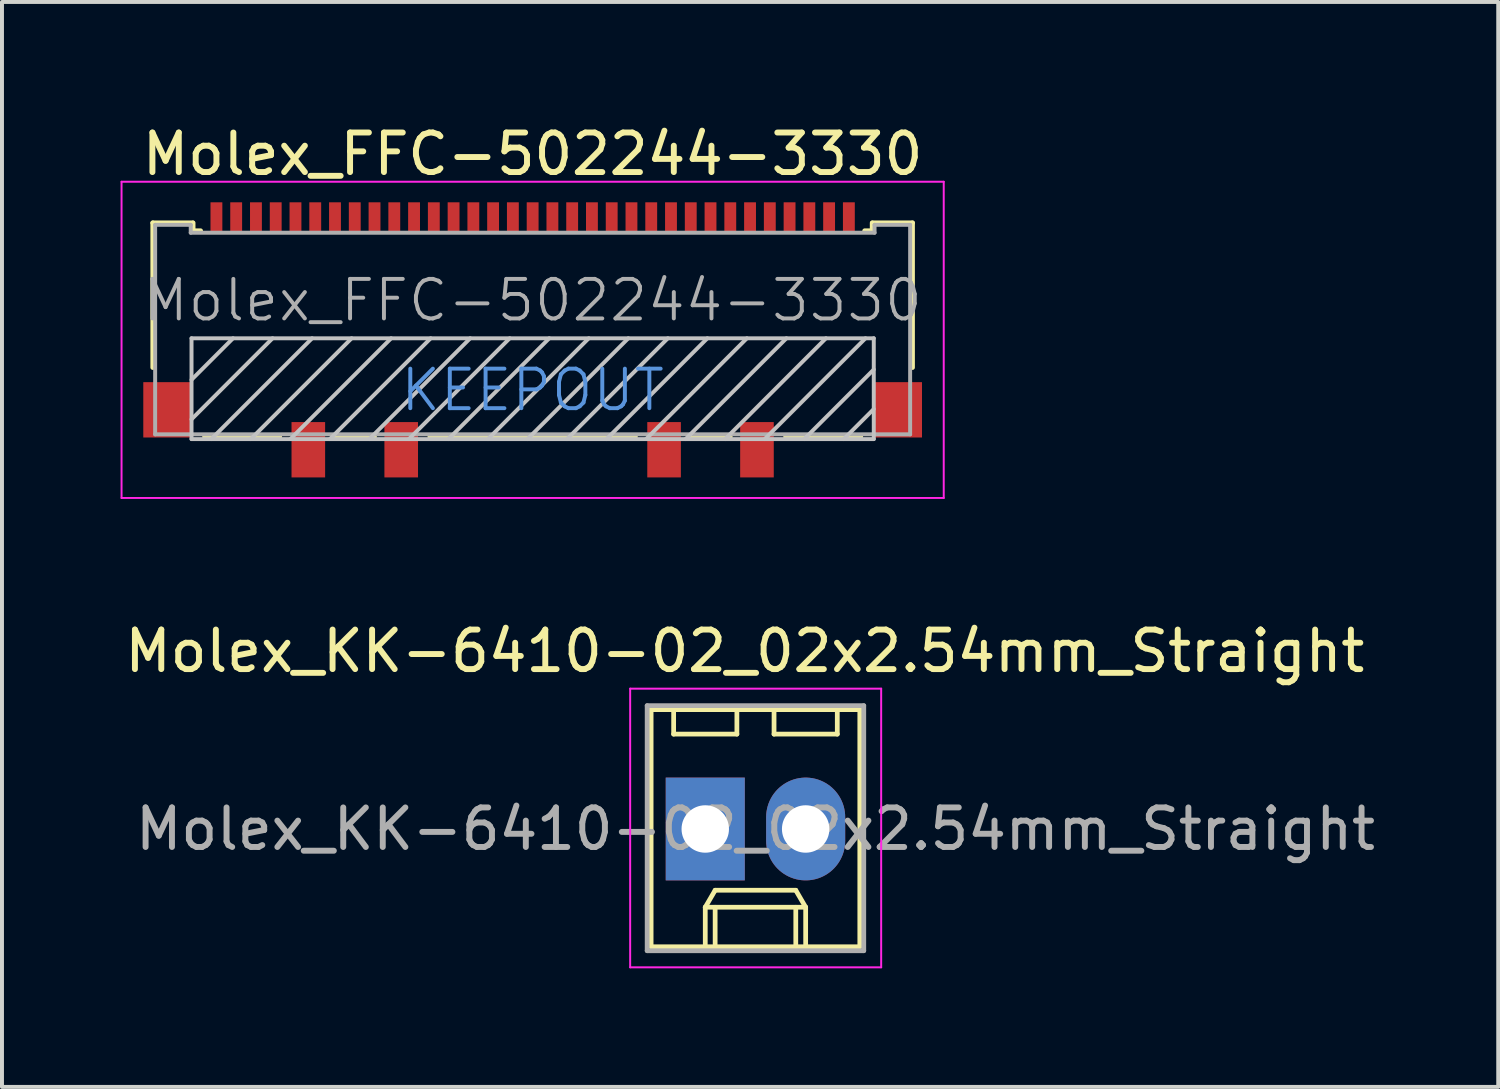
<source format=kicad_pcb>
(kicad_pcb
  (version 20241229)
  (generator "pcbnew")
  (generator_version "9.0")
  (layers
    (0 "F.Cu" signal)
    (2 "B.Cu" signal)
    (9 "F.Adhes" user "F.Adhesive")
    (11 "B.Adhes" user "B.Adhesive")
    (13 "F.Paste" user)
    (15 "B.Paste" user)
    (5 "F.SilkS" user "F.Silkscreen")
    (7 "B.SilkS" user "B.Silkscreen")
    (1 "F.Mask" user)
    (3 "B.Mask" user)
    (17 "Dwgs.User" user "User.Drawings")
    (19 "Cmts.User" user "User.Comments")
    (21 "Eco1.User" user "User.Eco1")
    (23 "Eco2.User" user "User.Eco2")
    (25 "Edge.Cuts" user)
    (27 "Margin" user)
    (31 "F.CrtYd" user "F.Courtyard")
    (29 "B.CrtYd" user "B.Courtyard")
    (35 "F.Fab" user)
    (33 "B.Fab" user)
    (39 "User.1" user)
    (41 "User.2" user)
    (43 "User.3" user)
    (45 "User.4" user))
  (footprint "Molex_FFC-502244-3330"
    (layer "F.Cu")
    (at 10.425 5.548)
    (property "Reference" "Molex_FFC-502244-3330" (at 0 -4.7 0) (layer "F.SilkS") (effects (font (size 1 1) (thickness 0.15))))
    (attr smd)
    (fp_line (start -9.61 -2.96) (end -8.6 -2.96) (stroke (width 0.12) (type solid)) (layer "F.SilkS"))
    (fp_line (start -9.61 0.7) (end -9.61 -2.96) (stroke (width 0.12) (type solid)) (layer "F.SilkS"))
    (fp_line (start -8.59 -2.76) (end -8.59 -2.96) (stroke (width 0.12) (type solid)) (layer "F.SilkS"))
    (fp_line (start -8.59 -2.76) (end -8.4 -2.76) (stroke (width 0.12) (type solid)) (layer "F.SilkS"))
    (fp_line (start -8.3 2.45) (end -6.4 2.45) (stroke (width 0.12) (type solid)) (layer "F.SilkS"))
    (fp_line (start -4 2.45) (end -5 2.45) (stroke (width 0.12) (type solid)) (layer "F.SilkS"))
    (fp_line (start -2.6 2.45) (end 2.6 2.45) (stroke (width 0.12) (type solid)) (layer "F.SilkS"))
    (fp_line (start 4 2.45) (end 5 2.45) (stroke (width 0.12) (type solid)) (layer "F.SilkS"))
    (fp_line (start 6.4 2.45) (end 8.3 2.45) (stroke (width 0.12) (type solid)) (layer "F.SilkS"))
    (fp_line (start 8.59 -2.96) (end 8.59 -2.76) (stroke (width 0.12) (type solid)) (layer "F.SilkS"))
    (fp_line (start 8.59 -2.76) (end 8.4 -2.76) (stroke (width 0.12) (type solid)) (layer "F.SilkS"))
    (fp_line (start 8.6 -2.96) (end 9.61 -2.96) (stroke (width 0.12) (type solid)) (layer "F.SilkS"))
    (fp_line (start 9.61 -2.96) (end 9.61 0.7) (stroke (width 0.12) (type solid)) (layer "F.SilkS"))
    (fp_line (start -8.63 -0.04) (end -8.63 2.51) (stroke (width 0.1) (type solid)) (layer "Dwgs.User"))
    (fp_line (start -8.63 1.01) (end -7.58 -0.04) (stroke (width 0.1) (type solid)) (layer "Dwgs.User"))
    (fp_line (start -8.63 2.01) (end -6.58 -0.04) (stroke (width 0.1) (type solid)) (layer "Dwgs.User"))
    (fp_line (start -8.63 2.51) (end 8.63 2.51) (stroke (width 0.1) (type solid)) (layer "Dwgs.User"))
    (fp_line (start -8.13 2.51) (end -5.58 -0.04) (stroke (width 0.1) (type solid)) (layer "Dwgs.User"))
    (fp_line (start -7.13 2.51) (end -4.58 -0.04) (stroke (width 0.1) (type solid)) (layer "Dwgs.User"))
    (fp_line (start -6.13 2.51) (end -3.58 -0.04) (stroke (width 0.1) (type solid)) (layer "Dwgs.User"))
    (fp_line (start -5.13 2.51) (end -2.58 -0.04) (stroke (width 0.1) (type solid)) (layer "Dwgs.User"))
    (fp_line (start -4.13 2.51) (end -1.58 -0.04) (stroke (width 0.1) (type solid)) (layer "Dwgs.User"))
    (fp_line (start -3.13 2.51) (end -0.58 -0.04) (stroke (width 0.1) (type solid)) (layer "Dwgs.User"))
    (fp_line (start -2.13 2.51) (end 0.42 -0.04) (stroke (width 0.1) (type solid)) (layer "Dwgs.User"))
    (fp_line (start -1.13 2.51) (end 1.42 -0.04) (stroke (width 0.1) (type solid)) (layer "Dwgs.User"))
    (fp_line (start -0.13 2.51) (end 2.42 -0.04) (stroke (width 0.1) (type solid)) (layer "Dwgs.User"))
    (fp_line (start 0.87 2.51) (end 3.42 -0.04) (stroke (width 0.1) (type solid)) (layer "Dwgs.User"))
    (fp_line (start 1.87 2.51) (end 4.42 -0.04) (stroke (width 0.1) (type solid)) (layer "Dwgs.User"))
    (fp_line (start 2.87 2.51) (end 5.42 -0.04) (stroke (width 0.1) (type solid)) (layer "Dwgs.User"))
    (fp_line (start 3.87 2.51) (end 6.42 -0.04) (stroke (width 0.1) (type solid)) (layer "Dwgs.User"))
    (fp_line (start 4.87 2.51) (end 7.42 -0.04) (stroke (width 0.1) (type solid)) (layer "Dwgs.User"))
    (fp_line (start 5.87 2.51) (end 8.42 -0.04) (stroke (width 0.1) (type solid)) (layer "Dwgs.User"))
    (fp_line (start 6.87 2.51) (end 8.63 0.75) (stroke (width 0.1) (type solid)) (layer "Dwgs.User"))
    (fp_line (start 7.87 2.51) (end 8.63 1.75) (stroke (width 0.1) (type solid)) (layer "Dwgs.User"))
    (fp_line (start 8.63 -0.04) (end -8.63 -0.04) (stroke (width 0.1) (type solid)) (layer "Dwgs.User"))
    (fp_line (start 8.63 -0.04) (end 8.63 2.51) (stroke (width 0.1) (type solid)) (layer "Dwgs.User"))
    (fp_line (start -10.4 -4) (end 10.4 -4) (stroke (width 0.05) (type solid)) (layer "F.CrtYd"))
    (fp_line (start -10.4 4) (end -10.4 -4) (stroke (width 0.05) (type solid)) (layer "F.CrtYd"))
    (fp_line (start 10.4 -4) (end 10.4 4) (stroke (width 0.05) (type solid)) (layer "F.CrtYd"))
    (fp_line (start 10.4 4) (end -10.4 4) (stroke (width 0.05) (type solid)) (layer "F.CrtYd"))
    (fp_line (start -9.55 -2.91) (end -9.55 2.39) (stroke (width 0.1) (type solid)) (layer "F.Fab"))
    (fp_line (start -9.55 2.39) (end 9.55 2.39) (stroke (width 0.1) (type solid)) (layer "F.Fab"))
    (fp_line (start -8.65 -2.91) (end -9.55 -2.91) (stroke (width 0.1) (type solid)) (layer "F.Fab"))
    (fp_line (start -8.65 -2.71) (end -8.65 -2.91) (stroke (width 0.1) (type solid)) (layer "F.Fab"))
    (fp_line (start 8.65 -2.91) (end 8.65 -2.71) (stroke (width 0.1) (type solid)) (layer "F.Fab"))
    (fp_line (start 8.65 -2.71) (end -8.65 -2.71) (stroke (width 0.1) (type solid)) (layer "F.Fab"))
    (fp_line (start 9.55 -2.91) (end 8.65 -2.91) (stroke (width 0.1) (type solid)) (layer "F.Fab"))
    (fp_line (start 9.55 -2.91) (end 9.55 2.39) (stroke (width 0.1) (type solid)) (layer "F.Fab"))
    (fp_text user "KEEPOUT" (at 0 1.271 0) (layer "Cmts.User") (effects (font (size 1 1) (thickness 0.1))))
    (fp_text user "${REFERENCE}" (at 0 -1 0) (layer "F.Fab") (effects (font (size 1 1) (thickness 0.1))))
    (pad "1" smd rect (at -8 -3.08) (size 0.3 0.8) (layers "F.Cu" "F.Mask" "F.Paste"))
    (pad "2" smd rect (at -7.5 -3.08) (size 0.3 0.8) (layers "F.Cu" "F.Mask" "F.Paste"))
    (pad "3" smd rect (at -7 -3.08) (size 0.3 0.8) (layers "F.Cu" "F.Mask" "F.Paste"))
    (pad "4" smd rect (at -6.5 -3.08) (size 0.3 0.8) (layers "F.Cu" "F.Mask" "F.Paste"))
    (pad "5" smd rect (at -6 -3.08) (size 0.3 0.8) (layers "F.Cu" "F.Mask" "F.Paste"))
    (pad "6" smd rect (at -5.5 -3.08) (size 0.3 0.8) (layers "F.Cu" "F.Mask" "F.Paste"))
    (pad "7" smd rect (at -5 -3.08) (size 0.3 0.8) (layers "F.Cu" "F.Mask" "F.Paste"))
    (pad "8" smd rect (at -4.5 -3.08) (size 0.3 0.8) (layers "F.Cu" "F.Mask" "F.Paste"))
    (pad "9" smd rect (at -4 -3.08) (size 0.3 0.8) (layers "F.Cu" "F.Mask" "F.Paste"))
    (pad "10" smd rect (at -3.5 -3.08) (size 0.3 0.8) (layers "F.Cu" "F.Mask" "F.Paste"))
    (pad "11" smd rect (at -3 -3.08) (size 0.3 0.8) (layers "F.Cu" "F.Mask" "F.Paste"))
    (pad "12" smd rect (at -2.5 -3.08) (size 0.3 0.8) (layers "F.Cu" "F.Mask" "F.Paste"))
    (pad "13" smd rect (at -2 -3.08) (size 0.3 0.8) (layers "F.Cu" "F.Mask" "F.Paste"))
    (pad "14" smd rect (at -1.5 -3.08) (size 0.3 0.8) (layers "F.Cu" "F.Mask" "F.Paste"))
    (pad "15" smd rect (at -1 -3.08) (size 0.3 0.8) (layers "F.Cu" "F.Mask" "F.Paste"))
    (pad "16" smd rect (at -0.5 -3.08) (size 0.3 0.8) (layers "F.Cu" "F.Mask" "F.Paste"))
    (pad "17" smd rect (at 0 -3.08) (size 0.3 0.8) (layers "F.Cu" "F.Mask" "F.Paste"))
    (pad "18" smd rect (at 0.5 -3.08) (size 0.3 0.8) (layers "F.Cu" "F.Mask" "F.Paste"))
    (pad "19" smd rect (at 1 -3.08) (size 0.3 0.8) (layers "F.Cu" "F.Mask" "F.Paste"))
    (pad "20" smd rect (at 1.5 -3.08) (size 0.3 0.8) (layers "F.Cu" "F.Mask" "F.Paste"))
    (pad "21" smd rect (at 2 -3.08) (size 0.3 0.8) (layers "F.Cu" "F.Mask" "F.Paste"))
    (pad "22" smd rect (at 2.5 -3.08) (size 0.3 0.8) (layers "F.Cu" "F.Mask" "F.Paste"))
    (pad "23" smd rect (at 3 -3.08) (size 0.3 0.8) (layers "F.Cu" "F.Mask" "F.Paste"))
    (pad "24" smd rect (at 3.5 -3.08) (size 0.3 0.8) (layers "F.Cu" "F.Mask" "F.Paste"))
    (pad "25" smd rect (at 4 -3.08) (size 0.3 0.8) (layers "F.Cu" "F.Mask" "F.Paste"))
    (pad "26" smd rect (at 4.5 -3.08) (size 0.3 0.8) (layers "F.Cu" "F.Mask" "F.Paste"))
    (pad "27" smd rect (at 5 -3.08) (size 0.3 0.8) (layers "F.Cu" "F.Mask" "F.Paste"))
    (pad "28" smd rect (at 5.5 -3.08) (size 0.3 0.8) (layers "F.Cu" "F.Mask" "F.Paste"))
    (pad "29" smd rect (at 6 -3.08) (size 0.3 0.8) (layers "F.Cu" "F.Mask" "F.Paste"))
    (pad "30" smd rect (at 6.5 -3.08) (size 0.3 0.8) (layers "F.Cu" "F.Mask" "F.Paste"))
    (pad "31" smd rect (at 7 -3.08) (size 0.3 0.8) (layers "F.Cu" "F.Mask" "F.Paste"))
    (pad "32" smd rect (at 7.5 -3.08) (size 0.3 0.8) (layers "F.Cu" "F.Mask" "F.Paste"))
    (pad "33" smd rect (at 8 -3.08) (size 0.3 0.8) (layers "F.Cu" "F.Mask" "F.Paste"))
    (pad "34" smd rect (at -9.24 1.77) (size 1.22 1.4) (layers "F.Cu" "F.Mask" "F.Paste"))
    (pad "34" smd rect (at -5.675 2.78) (size 0.85 1.4) (layers "F.Cu" "F.Mask" "F.Paste"))
    (pad "34" smd rect (at -3.325 2.78) (size 0.85 1.4) (layers "F.Cu" "F.Mask" "F.Paste"))
    (pad "34" smd rect (at 3.325 2.78) (size 0.85 1.4) (layers "F.Cu" "F.Mask" "F.Paste"))
    (pad "34" smd rect (at 5.675 2.78) (size 0.85 1.4) (layers "F.Cu" "F.Mask" "F.Paste"))
    (pad "34" smd rect (at 9.24 1.77) (size 1.22 1.4) (layers "F.Cu" "F.Mask" "F.Paste")))
  (footprint "Molex_KK-6410-02_02x2.54mm_Straight"
    (layer "F.Cu")
    (at 14.792 17.922)
    (property "Reference" "Molex_KK-6410-02_02x2.54mm_Straight" (at 1 -4.5 0) (layer "F.SilkS") (effects (font (size 1 1) (thickness 0.15))))
    (attr through_hole)
    (fp_line (start -1.37 -3.02) (end -1.37 2.98) (stroke (width 0.12) (type solid)) (layer "F.SilkS"))
    (fp_line (start -1.37 2.98) (end 3.91 2.98) (stroke (width 0.12) (type solid)) (layer "F.SilkS"))
    (fp_line (start -0.8 -3.02) (end -0.8 -2.4) (stroke (width 0.12) (type solid)) (layer "F.SilkS"))
    (fp_line (start -0.8 -2.4) (end 0.8 -2.4) (stroke (width 0.12) (type solid)) (layer "F.SilkS"))
    (fp_line (start 0 1.98) (end 0.25 1.55) (stroke (width 0.12) (type solid)) (layer "F.SilkS"))
    (fp_line (start 0 1.98) (end 2.54 1.98) (stroke (width 0.12) (type solid)) (layer "F.SilkS"))
    (fp_line (start 0 2.98) (end 0 1.98) (stroke (width 0.12) (type solid)) (layer "F.SilkS"))
    (fp_line (start 0.25 1.55) (end 2.29 1.55) (stroke (width 0.12) (type solid)) (layer "F.SilkS"))
    (fp_line (start 0.25 2.98) (end 0.25 1.98) (stroke (width 0.12) (type solid)) (layer "F.SilkS"))
    (fp_line (start 0.8 -2.4) (end 0.8 -3.02) (stroke (width 0.12) (type solid)) (layer "F.SilkS"))
    (fp_line (start 1.74 -3.02) (end 1.74 -2.4) (stroke (width 0.12) (type solid)) (layer "F.SilkS"))
    (fp_line (start 1.74 -2.4) (end 3.34 -2.4) (stroke (width 0.12) (type solid)) (layer "F.SilkS"))
    (fp_line (start 2.29 1.55) (end 2.54 1.98) (stroke (width 0.12) (type solid)) (layer "F.SilkS"))
    (fp_line (start 2.29 2.98) (end 2.29 1.98) (stroke (width 0.12) (type solid)) (layer "F.SilkS"))
    (fp_line (start 2.54 1.98) (end 2.54 2.98) (stroke (width 0.12) (type solid)) (layer "F.SilkS"))
    (fp_line (start 3.34 -2.4) (end 3.34 -3.02) (stroke (width 0.12) (type solid)) (layer "F.SilkS"))
    (fp_line (start 3.91 -3.02) (end -1.37 -3.02) (stroke (width 0.12) (type solid)) (layer "F.SilkS"))
    (fp_line (start 3.91 2.98) (end 3.91 -3.02) (stroke (width 0.12) (type solid)) (layer "F.SilkS"))
    (fp_line (start -1.9 -3.55) (end 4.45 -3.55) (stroke (width 0.05) (type solid)) (layer "F.CrtYd"))
    (fp_line (start -1.9 3.5) (end -1.9 -3.55) (stroke (width 0.05) (type solid)) (layer "F.CrtYd"))
    (fp_line (start 4.45 -3.55) (end 4.45 3.5) (stroke (width 0.05) (type solid)) (layer "F.CrtYd"))
    (fp_line (start 4.45 3.5) (end -1.9 3.5) (stroke (width 0.05) (type solid)) (layer "F.CrtYd"))
    (fp_line (start -1.47 -3.12) (end -1.47 3.08) (stroke (width 0.12) (type solid)) (layer "F.Fab"))
    (fp_line (start -1.47 3.08) (end 4.01 3.08) (stroke (width 0.12) (type solid)) (layer "F.Fab"))
    (fp_line (start 4.01 -3.12) (end -1.47 -3.12) (stroke (width 0.12) (type solid)) (layer "F.Fab"))
    (fp_line (start 4.01 3.08) (end 4.01 -3.12) (stroke (width 0.12) (type solid)) (layer "F.Fab"))
    (fp_text user "${REFERENCE}" (at 1.27 0 0) (layer "F.Fab") (effects (font (size 1 1) (thickness 0.15))))
    (pad "1" thru_hole rect (at 0 0) (size 2 2.6) (drill 1.2) (layers "*.Cu" "*.Mask"))
    (pad "2" thru_hole oval (at 2.54 0) (size 2 2.6) (drill 1.2) (layers "*.Cu" "*.Mask")))
  (gr_rect
    (start -3 -3)
    (end 34.853 24.447)
    (stroke (width 0.1) (type default))
    (fill no)
    (layer "Edge.Cuts")))
</source>
